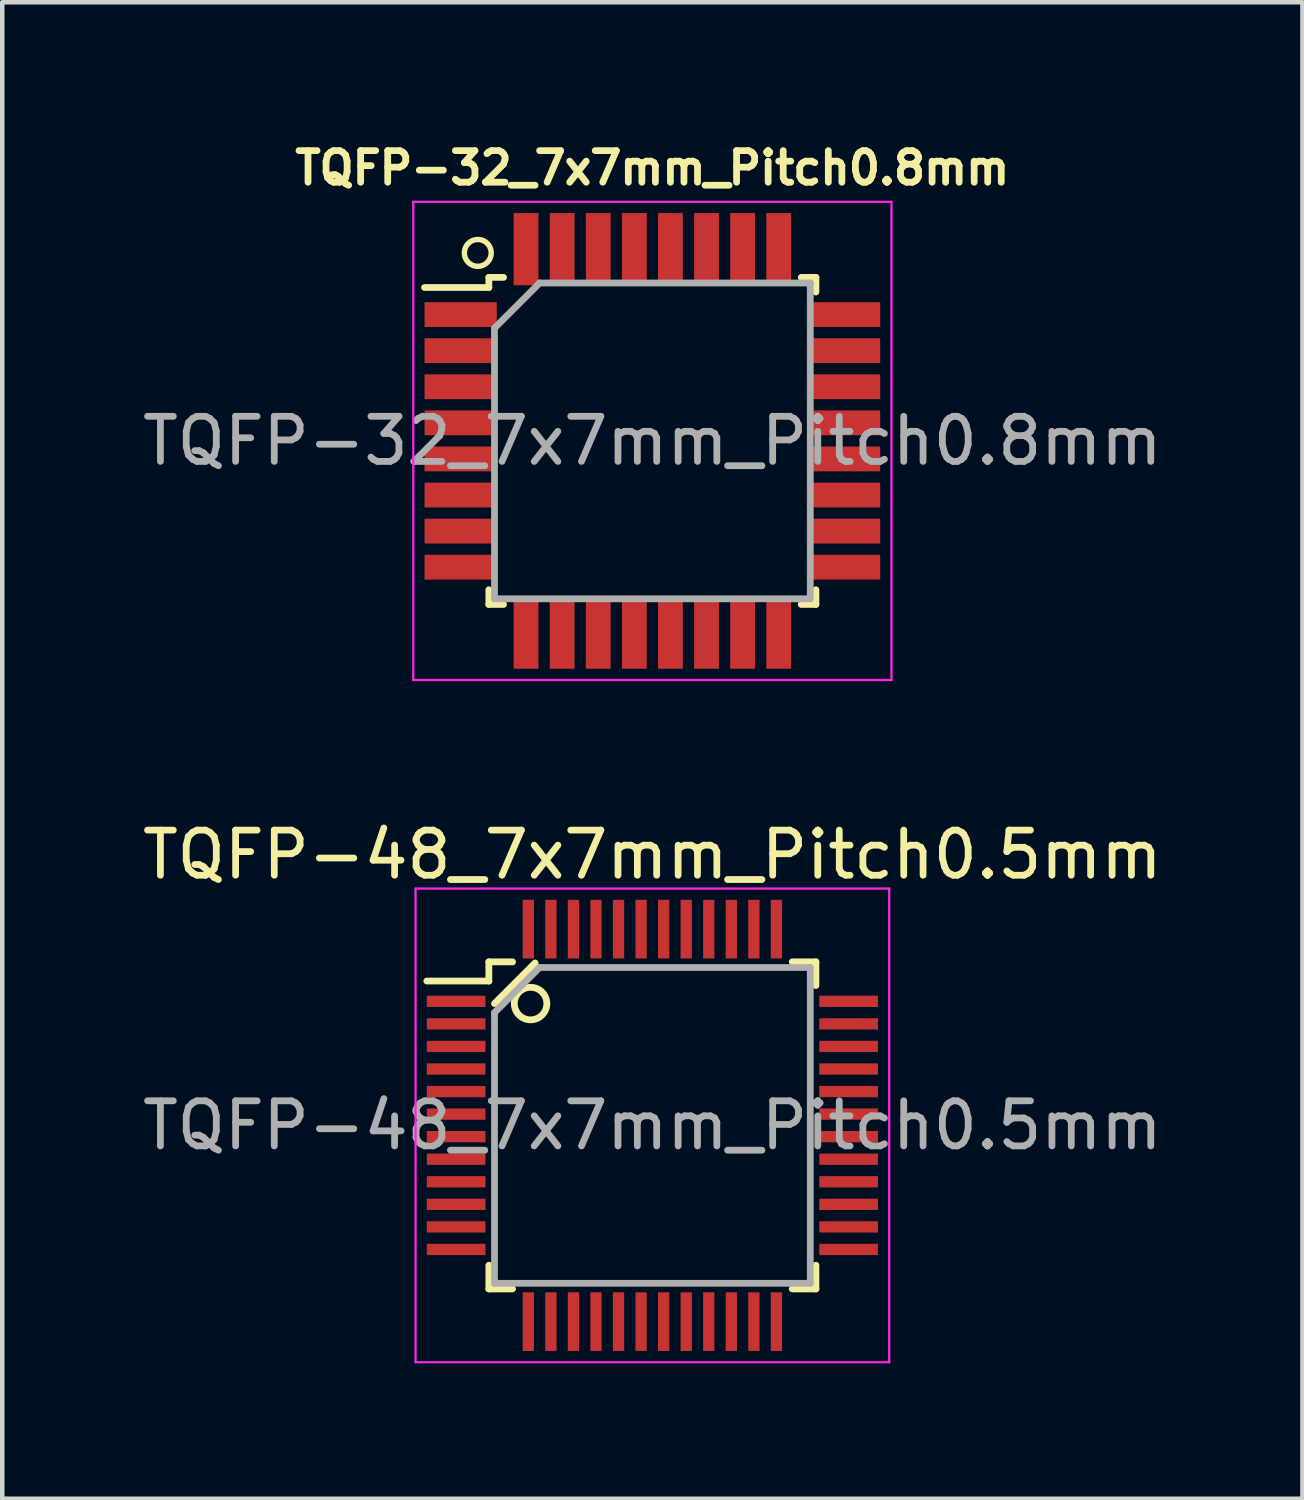
<source format=kicad_pcb>
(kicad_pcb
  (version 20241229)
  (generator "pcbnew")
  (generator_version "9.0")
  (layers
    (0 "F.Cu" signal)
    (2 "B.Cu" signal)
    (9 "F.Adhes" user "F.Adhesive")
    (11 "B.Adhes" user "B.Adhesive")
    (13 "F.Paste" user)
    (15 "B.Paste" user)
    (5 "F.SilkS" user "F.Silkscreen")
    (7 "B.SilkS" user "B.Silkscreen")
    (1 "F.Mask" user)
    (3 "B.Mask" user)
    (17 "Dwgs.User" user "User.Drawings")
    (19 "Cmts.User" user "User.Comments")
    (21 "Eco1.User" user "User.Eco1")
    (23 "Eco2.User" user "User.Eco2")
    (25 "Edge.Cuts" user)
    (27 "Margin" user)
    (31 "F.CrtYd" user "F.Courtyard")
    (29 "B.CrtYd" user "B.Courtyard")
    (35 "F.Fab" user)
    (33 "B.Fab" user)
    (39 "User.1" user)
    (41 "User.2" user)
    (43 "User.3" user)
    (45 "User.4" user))
  (footprint "TQFP-32_7x7mm_Pitch0.8mm"
    (layer "F.Cu")
    (at 11.411 6.723)
    (property "Reference" "TQFP-32_7x7mm_Pitch0.8mm" (at 0 -6.05 0) (layer "F.SilkS") (effects (font (size 0.7 0.7) (thickness 0.15))))
    (attr smd)
    (fp_line (start -3.625 -3.625) (end -3.625 -3.4) (stroke (width 0.15) (type solid)) (layer "F.SilkS"))
    (fp_line (start -3.625 -3.625) (end -3.3 -3.625) (stroke (width 0.15) (type solid)) (layer "F.SilkS"))
    (fp_line (start -3.625 -3.4) (end -5.05 -3.4) (stroke (width 0.15) (type solid)) (layer "F.SilkS"))
    (fp_line (start -3.625 3.625) (end -3.625 3.3) (stroke (width 0.15) (type solid)) (layer "F.SilkS"))
    (fp_line (start -3.625 3.625) (end -3.3 3.625) (stroke (width 0.15) (type solid)) (layer "F.SilkS"))
    (fp_line (start 3.625 -3.625) (end 3.3 -3.625) (stroke (width 0.15) (type solid)) (layer "F.SilkS"))
    (fp_line (start 3.625 -3.625) (end 3.625 -3.3) (stroke (width 0.15) (type solid)) (layer "F.SilkS"))
    (fp_line (start 3.625 3.625) (end 3.3 3.625) (stroke (width 0.15) (type solid)) (layer "F.SilkS"))
    (fp_line (start 3.625 3.625) (end 3.625 3.3) (stroke (width 0.15) (type solid)) (layer "F.SilkS"))
    (fp_circle (center -3.87 -4.167) (end -3.572 -4.167) (stroke (width 0.12) (type solid)) (fill no) (layer "F.SilkS"))
    (fp_line (start -5.3 -5.3) (end -5.3 5.3) (stroke (width 0.05) (type solid)) (layer "F.CrtYd"))
    (fp_line (start -5.3 -5.3) (end 5.3 -5.3) (stroke (width 0.05) (type solid)) (layer "F.CrtYd"))
    (fp_line (start -5.3 5.3) (end 5.3 5.3) (stroke (width 0.05) (type solid)) (layer "F.CrtYd"))
    (fp_line (start 5.3 -5.3) (end 5.3 5.3) (stroke (width 0.05) (type solid)) (layer "F.CrtYd"))
    (fp_line (start -3.5 -2.5) (end -2.5 -3.5) (stroke (width 0.15) (type solid)) (layer "F.Fab"))
    (fp_line (start -3.5 3.5) (end -3.5 -2.5) (stroke (width 0.15) (type solid)) (layer "F.Fab"))
    (fp_line (start -2.5 -3.5) (end 3.5 -3.5) (stroke (width 0.15) (type solid)) (layer "F.Fab"))
    (fp_line (start 3.5 -3.5) (end 3.5 3.5) (stroke (width 0.15) (type solid)) (layer "F.Fab"))
    (fp_line (start 3.5 3.5) (end -3.5 3.5) (stroke (width 0.15) (type solid)) (layer "F.Fab"))
    (fp_text user "${REFERENCE}" (at 0 0 0) (layer "F.Fab") (effects (font (size 1 1) (thickness 0.15))))
    (pad "1" smd rect (at -4.25 -2.8) (size 1.6 0.55) (layers "F.Cu" "F.Mask" "F.Paste"))
    (pad "2" smd rect (at -4.25 -2) (size 1.6 0.55) (layers "F.Cu" "F.Mask" "F.Paste"))
    (pad "3" smd rect (at -4.25 -1.2) (size 1.6 0.55) (layers "F.Cu" "F.Mask" "F.Paste"))
    (pad "4" smd rect (at -4.25 -0.4) (size 1.6 0.55) (layers "F.Cu" "F.Mask" "F.Paste"))
    (pad "5" smd rect (at -4.25 0.4) (size 1.6 0.55) (layers "F.Cu" "F.Mask" "F.Paste"))
    (pad "6" smd rect (at -4.25 1.2) (size 1.6 0.55) (layers "F.Cu" "F.Mask" "F.Paste"))
    (pad "7" smd rect (at -4.25 2) (size 1.6 0.55) (layers "F.Cu" "F.Mask" "F.Paste"))
    (pad "8" smd rect (at -4.25 2.8) (size 1.6 0.55) (layers "F.Cu" "F.Mask" "F.Paste"))
    (pad "9" smd rect (at -2.8 4.25 90) (size 1.6 0.55) (layers "F.Cu" "F.Mask" "F.Paste"))
    (pad "10" smd rect (at -2 4.25 90) (size 1.6 0.55) (layers "F.Cu" "F.Mask" "F.Paste"))
    (pad "11" smd rect (at -1.2 4.25 90) (size 1.6 0.55) (layers "F.Cu" "F.Mask" "F.Paste"))
    (pad "12" smd rect (at -0.4 4.25 90) (size 1.6 0.55) (layers "F.Cu" "F.Mask" "F.Paste"))
    (pad "13" smd rect (at 0.4 4.25 90) (size 1.6 0.55) (layers "F.Cu" "F.Mask" "F.Paste"))
    (pad "14" smd rect (at 1.2 4.25 90) (size 1.6 0.55) (layers "F.Cu" "F.Mask" "F.Paste"))
    (pad "15" smd rect (at 2 4.25 90) (size 1.6 0.55) (layers "F.Cu" "F.Mask" "F.Paste"))
    (pad "16" smd rect (at 2.8 4.25 90) (size 1.6 0.55) (layers "F.Cu" "F.Mask" "F.Paste"))
    (pad "17" smd rect (at 4.25 2.8) (size 1.6 0.55) (layers "F.Cu" "F.Mask" "F.Paste"))
    (pad "18" smd rect (at 4.25 2) (size 1.6 0.55) (layers "F.Cu" "F.Mask" "F.Paste"))
    (pad "19" smd rect (at 4.25 1.2) (size 1.6 0.55) (layers "F.Cu" "F.Mask" "F.Paste"))
    (pad "20" smd rect (at 4.25 0.4) (size 1.6 0.55) (layers "F.Cu" "F.Mask" "F.Paste"))
    (pad "21" smd rect (at 4.25 -0.4) (size 1.6 0.55) (layers "F.Cu" "F.Mask" "F.Paste"))
    (pad "22" smd rect (at 4.25 -1.2) (size 1.6 0.55) (layers "F.Cu" "F.Mask" "F.Paste"))
    (pad "23" smd rect (at 4.25 -2) (size 1.6 0.55) (layers "F.Cu" "F.Mask" "F.Paste"))
    (pad "24" smd rect (at 4.25 -2.8) (size 1.6 0.55) (layers "F.Cu" "F.Mask" "F.Paste"))
    (pad "25" smd rect (at 2.8 -4.25 90) (size 1.6 0.55) (layers "F.Cu" "F.Mask" "F.Paste"))
    (pad "26" smd rect (at 2 -4.25 90) (size 1.6 0.55) (layers "F.Cu" "F.Mask" "F.Paste"))
    (pad "27" smd rect (at 1.2 -4.25 90) (size 1.6 0.55) (layers "F.Cu" "F.Mask" "F.Paste"))
    (pad "28" smd rect (at 0.4 -4.25 90) (size 1.6 0.55) (layers "F.Cu" "F.Mask" "F.Paste"))
    (pad "29" smd rect (at -0.4 -4.25 90) (size 1.6 0.55) (layers "F.Cu" "F.Mask" "F.Paste"))
    (pad "30" smd rect (at -1.2 -4.25 90) (size 1.6 0.55) (layers "F.Cu" "F.Mask" "F.Paste"))
    (pad "31" smd rect (at -2 -4.25 90) (size 1.6 0.55) (layers "F.Cu" "F.Mask" "F.Paste"))
    (pad "32" smd rect (at -2.8 -4.25 90) (size 1.6 0.55) (layers "F.Cu" "F.Mask" "F.Paste")))
  (footprint "TQFP-48_7x7mm_Pitch0.5mm"
    (layer "F.Cu")
    (at 11.411 21.896)
    (property "Reference" "TQFP-48_7x7mm_Pitch0.5mm" (at 0 -6 0) (layer "F.SilkS") (effects (font (size 1 1) (thickness 0.15))))
    (attr smd)
    (fp_line (start -3.625 -3.625) (end -3.625 -3.2) (stroke (width 0.15) (type solid)) (layer "F.SilkS"))
    (fp_line (start -3.625 -3.625) (end -3.1 -3.625) (stroke (width 0.15) (type solid)) (layer "F.SilkS"))
    (fp_line (start -3.625 -3.2) (end -5 -3.2) (stroke (width 0.15) (type solid)) (layer "F.SilkS"))
    (fp_line (start -3.625 3.625) (end -3.625 3.1) (stroke (width 0.15) (type solid)) (layer "F.SilkS"))
    (fp_line (start -3.625 3.625) (end -3.1 3.625) (stroke (width 0.15) (type solid)) (layer "F.SilkS"))
    (fp_line (start -3.5 -2.7) (end -2.6 -3.6) (stroke (width 0.15) (type solid)) (layer "F.SilkS"))
    (fp_line (start 3.625 -3.625) (end 3.1 -3.625) (stroke (width 0.15) (type solid)) (layer "F.SilkS"))
    (fp_line (start 3.625 -3.625) (end 3.625 -3.1) (stroke (width 0.15) (type solid)) (layer "F.SilkS"))
    (fp_line (start 3.625 3.625) (end 3.1 3.625) (stroke (width 0.15) (type solid)) (layer "F.SilkS"))
    (fp_line (start 3.625 3.625) (end 3.625 3.1) (stroke (width 0.15) (type solid)) (layer "F.SilkS"))
    (fp_circle (center -2.7 -2.7) (end -3 -2.9) (stroke (width 0.15) (type solid)) (fill no) (layer "F.SilkS"))
    (fp_line (start -5.25 -5.25) (end -5.25 5.25) (stroke (width 0.05) (type solid)) (layer "F.CrtYd"))
    (fp_line (start -5.25 -5.25) (end 5.25 -5.25) (stroke (width 0.05) (type solid)) (layer "F.CrtYd"))
    (fp_line (start -5.25 5.25) (end 5.25 5.25) (stroke (width 0.05) (type solid)) (layer "F.CrtYd"))
    (fp_line (start 5.25 -5.25) (end 5.25 5.25) (stroke (width 0.05) (type solid)) (layer "F.CrtYd"))
    (fp_line (start -3.5 -2.5) (end -2.5 -3.5) (stroke (width 0.15) (type solid)) (layer "F.Fab"))
    (fp_line (start -3.5 3.5) (end -3.5 -2.5) (stroke (width 0.15) (type solid)) (layer "F.Fab"))
    (fp_line (start -2.5 -3.5) (end 3.5 -3.5) (stroke (width 0.15) (type solid)) (layer "F.Fab"))
    (fp_line (start 3.5 -3.5) (end 3.5 3.5) (stroke (width 0.15) (type solid)) (layer "F.Fab"))
    (fp_line (start 3.5 3.5) (end -3.5 3.5) (stroke (width 0.15) (type solid)) (layer "F.Fab"))
    (fp_text user "${REFERENCE}" (at 0 0 0) (layer "F.Fab") (effects (font (size 1 1) (thickness 0.15))))
    (pad "1" smd rect (at -4.35 -2.75) (size 1.3 0.25) (layers "F.Cu" "F.Mask" "F.Paste"))
    (pad "2" smd rect (at -4.35 -2.25) (size 1.3 0.25) (layers "F.Cu" "F.Mask" "F.Paste"))
    (pad "3" smd rect (at -4.35 -1.75) (size 1.3 0.25) (layers "F.Cu" "F.Mask" "F.Paste"))
    (pad "4" smd rect (at -4.35 -1.25) (size 1.3 0.25) (layers "F.Cu" "F.Mask" "F.Paste"))
    (pad "5" smd rect (at -4.35 -0.75) (size 1.3 0.25) (layers "F.Cu" "F.Mask" "F.Paste"))
    (pad "6" smd rect (at -4.35 -0.25) (size 1.3 0.25) (layers "F.Cu" "F.Mask" "F.Paste"))
    (pad "7" smd rect (at -4.35 0.25) (size 1.3 0.25) (layers "F.Cu" "F.Mask" "F.Paste"))
    (pad "8" smd rect (at -4.35 0.75) (size 1.3 0.25) (layers "F.Cu" "F.Mask" "F.Paste"))
    (pad "9" smd rect (at -4.35 1.25) (size 1.3 0.25) (layers "F.Cu" "F.Mask" "F.Paste"))
    (pad "10" smd rect (at -4.35 1.75) (size 1.3 0.25) (layers "F.Cu" "F.Mask" "F.Paste"))
    (pad "11" smd rect (at -4.35 2.25) (size 1.3 0.25) (layers "F.Cu" "F.Mask" "F.Paste"))
    (pad "12" smd rect (at -4.35 2.75) (size 1.3 0.25) (layers "F.Cu" "F.Mask" "F.Paste"))
    (pad "13" smd rect (at -2.75 4.35 90) (size 1.3 0.25) (layers "F.Cu" "F.Mask" "F.Paste"))
    (pad "14" smd rect (at -2.25 4.35 90) (size 1.3 0.25) (layers "F.Cu" "F.Mask" "F.Paste"))
    (pad "15" smd rect (at -1.75 4.35 90) (size 1.3 0.25) (layers "F.Cu" "F.Mask" "F.Paste"))
    (pad "16" smd rect (at -1.25 4.35 90) (size 1.3 0.25) (layers "F.Cu" "F.Mask" "F.Paste"))
    (pad "17" smd rect (at -0.75 4.35 90) (size 1.3 0.25) (layers "F.Cu" "F.Mask" "F.Paste"))
    (pad "18" smd rect (at -0.25 4.35 90) (size 1.3 0.25) (layers "F.Cu" "F.Mask" "F.Paste"))
    (pad "19" smd rect (at 0.25 4.35 90) (size 1.3 0.25) (layers "F.Cu" "F.Mask" "F.Paste"))
    (pad "20" smd rect (at 0.75 4.35 90) (size 1.3 0.25) (layers "F.Cu" "F.Mask" "F.Paste"))
    (pad "21" smd rect (at 1.25 4.35 90) (size 1.3 0.25) (layers "F.Cu" "F.Mask" "F.Paste"))
    (pad "22" smd rect (at 1.75 4.35 90) (size 1.3 0.25) (layers "F.Cu" "F.Mask" "F.Paste"))
    (pad "23" smd rect (at 2.25 4.35 90) (size 1.3 0.25) (layers "F.Cu" "F.Mask" "F.Paste"))
    (pad "24" smd rect (at 2.75 4.35 90) (size 1.3 0.25) (layers "F.Cu" "F.Mask" "F.Paste"))
    (pad "25" smd rect (at 4.35 2.75) (size 1.3 0.25) (layers "F.Cu" "F.Mask" "F.Paste"))
    (pad "26" smd rect (at 4.35 2.25) (size 1.3 0.25) (layers "F.Cu" "F.Mask" "F.Paste"))
    (pad "27" smd rect (at 4.35 1.75) (size 1.3 0.25) (layers "F.Cu" "F.Mask" "F.Paste"))
    (pad "28" smd rect (at 4.35 1.25) (size 1.3 0.25) (layers "F.Cu" "F.Mask" "F.Paste"))
    (pad "29" smd rect (at 4.35 0.75) (size 1.3 0.25) (layers "F.Cu" "F.Mask" "F.Paste"))
    (pad "30" smd rect (at 4.35 0.25) (size 1.3 0.25) (layers "F.Cu" "F.Mask" "F.Paste"))
    (pad "31" smd rect (at 4.35 -0.25) (size 1.3 0.25) (layers "F.Cu" "F.Mask" "F.Paste"))
    (pad "32" smd rect (at 4.35 -0.75) (size 1.3 0.25) (layers "F.Cu" "F.Mask" "F.Paste"))
    (pad "33" smd rect (at 4.35 -1.25) (size 1.3 0.25) (layers "F.Cu" "F.Mask" "F.Paste"))
    (pad "34" smd rect (at 4.35 -1.75) (size 1.3 0.25) (layers "F.Cu" "F.Mask" "F.Paste"))
    (pad "35" smd rect (at 4.35 -2.25) (size 1.3 0.25) (layers "F.Cu" "F.Mask" "F.Paste"))
    (pad "36" smd rect (at 4.35 -2.75) (size 1.3 0.25) (layers "F.Cu" "F.Mask" "F.Paste"))
    (pad "37" smd rect (at 2.75 -4.35 90) (size 1.3 0.25) (layers "F.Cu" "F.Mask" "F.Paste"))
    (pad "38" smd rect (at 2.25 -4.35 90) (size 1.3 0.25) (layers "F.Cu" "F.Mask" "F.Paste"))
    (pad "39" smd rect (at 1.75 -4.35 90) (size 1.3 0.25) (layers "F.Cu" "F.Mask" "F.Paste"))
    (pad "40" smd rect (at 1.25 -4.35 90) (size 1.3 0.25) (layers "F.Cu" "F.Mask" "F.Paste"))
    (pad "41" smd rect (at 0.75 -4.35 90) (size 1.3 0.25) (layers "F.Cu" "F.Mask" "F.Paste"))
    (pad "42" smd rect (at 0.25 -4.35 90) (size 1.3 0.25) (layers "F.Cu" "F.Mask" "F.Paste"))
    (pad "43" smd rect (at -0.25 -4.35 90) (size 1.3 0.25) (layers "F.Cu" "F.Mask" "F.Paste"))
    (pad "44" smd rect (at -0.75 -4.35 90) (size 1.3 0.25) (layers "F.Cu" "F.Mask" "F.Paste"))
    (pad "45" smd rect (at -1.25 -4.35 90) (size 1.3 0.25) (layers "F.Cu" "F.Mask" "F.Paste"))
    (pad "46" smd rect (at -1.75 -4.35 90) (size 1.3 0.25) (layers "F.Cu" "F.Mask" "F.Paste"))
    (pad "47" smd rect (at -2.25 -4.35 90) (size 1.3 0.25) (layers "F.Cu" "F.Mask" "F.Paste"))
    (pad "48" smd rect (at -2.75 -4.35 90) (size 1.3 0.25) (layers "F.Cu" "F.Mask" "F.Paste")))
  (gr_rect
    (start -3 -3)
    (end 25.821 30.171)
    (stroke (width 0.1) (type default))
    (fill no)
    (layer "Edge.Cuts")))
</source>
